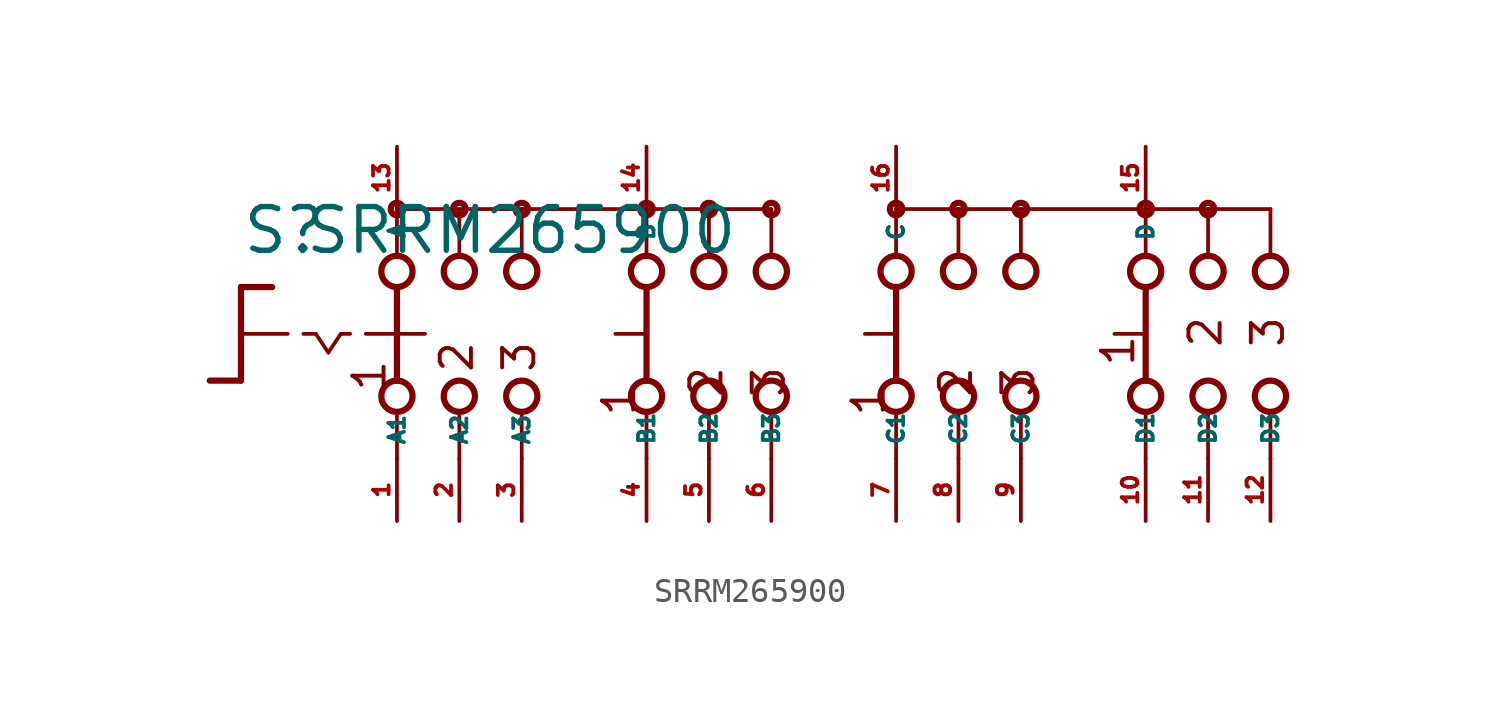
<source format=kicad_sym>
(kicad_symbol_lib
  (version 20220914)
  (generator Eagle2Kicad)
  (symbol "SRRM265900"
    (property "Reference" "S"
      (at -19.05 3.175 0)
      (effects (font (size 1.778 1.778) (thickness 0.22)) (justify left bottom)))
    (property "Value" "SRRM265900"
      (at -16.51 3.175 0)
      (effects (font (size 1.778 1.778) (thickness 0.22)) (justify left bottom)))
    (polyline
      (pts (xy -19.05 1.905) (xy -17.78 1.905))
      (stroke (width 0.254) (type default))
      (fill (type none)))
    (polyline
      (pts (xy -19.05 1.905) (xy -19.05 0))
      (stroke (width 0.254) (type default))
      (fill (type none)))
    (polyline
      (pts (xy -19.05 -1.905) (xy -20.32 -1.905))
      (stroke (width 0.254) (type default))
      (fill (type none)))
    (polyline
      (pts (xy -19.05 0) (xy -17.145 0))
      (stroke (width 0.152) (type default))
      (fill (type none)))
    (polyline
      (pts (xy -19.05 0) (xy -19.05 -1.905))
      (stroke (width 0.254) (type default))
      (fill (type none)))
    (polyline
      (pts (xy -16.51 0) (xy -16.002 0))
      (stroke (width 0.152) (type default))
      (fill (type none)))
    (polyline
      (pts (xy -14.986 0) (xy -14.605 0))
      (stroke (width 0.152) (type default))
      (fill (type none)))
    (polyline
      (pts (xy -16.002 0) (xy -15.494 -0.762))
      (stroke (width 0.152) (type default))
      (fill (type none)))
    (polyline
      (pts (xy -15.494 -0.762) (xy -14.986 0))
      (stroke (width 0.152) (type default))
      (fill (type none)))
    (polyline
      (pts (xy 7.62 3.175) (xy 7.62 5.08))
      (stroke (width 0.152) (type default))
      (fill (type none)))
    (polyline
      (pts (xy 7.62 -5.08) (xy 7.62 -3.175))
      (stroke (width 0.152) (type default))
      (fill (type none)))
    (polyline
      (pts (xy 10.16 3.175) (xy 10.16 5.08))
      (stroke (width 0.152) (type default))
      (fill (type none)))
    (polyline
      (pts (xy 12.7 3.175) (xy 12.7 5.08))
      (stroke (width 0.152) (type default))
      (fill (type none)))
    (polyline
      (pts (xy 17.78 3.175) (xy 17.78 5.08))
      (stroke (width 0.152) (type default))
      (fill (type none)))
    (polyline
      (pts (xy 20.32 3.175) (xy 20.32 5.08))
      (stroke (width 0.152) (type default))
      (fill (type none)))
    (polyline
      (pts (xy 22.86 3.175) (xy 22.86 5.08))
      (stroke (width 0.152) (type default))
      (fill (type none)))
    (polyline
      (pts (xy 7.62 5.08) (xy 10.16 5.08))
      (stroke (width 0.152) (type default))
      (fill (type none)))
    (polyline
      (pts (xy 10.16 5.08) (xy 12.7 5.08))
      (stroke (width 0.152) (type default))
      (fill (type none)))
    (polyline
      (pts (xy 17.78 5.08) (xy 20.32 5.08))
      (stroke (width 0.152) (type default))
      (fill (type none)))
    (polyline
      (pts (xy 20.32 5.08) (xy 22.86 5.08))
      (stroke (width 0.152) (type default))
      (fill (type none)))
    (polyline
      (pts (xy 10.16 -5.08) (xy 10.16 -3.175))
      (stroke (width 0.152) (type default))
      (fill (type none)))
    (polyline
      (pts (xy 12.7 -5.08) (xy 12.7 -3.175))
      (stroke (width 0.152) (type default))
      (fill (type none)))
    (polyline
      (pts (xy 17.78 -5.08) (xy 17.78 -3.175))
      (stroke (width 0.152) (type default))
      (fill (type none)))
    (polyline
      (pts (xy 20.32 -5.08) (xy 20.32 -3.175))
      (stroke (width 0.152) (type default))
      (fill (type none)))
    (polyline
      (pts (xy 22.86 -5.08) (xy 22.86 -3.175))
      (stroke (width 0.152) (type default))
      (fill (type none)))
    (polyline
      (pts (xy 7.62 1.905) (xy 7.62 -1.905))
      (stroke (width 0.254) (type default))
      (fill (type none)))
    (polyline
      (pts (xy 6.35 0) (xy 7.493 0))
      (stroke (width 0.152) (type default))
      (fill (type none)))
    (polyline
      (pts (xy 17.78 1.905) (xy 17.78 -1.905))
      (stroke (width 0.254) (type default))
      (fill (type none)))
    (polyline
      (pts (xy 16.51 0) (xy 17.653 0))
      (stroke (width 0.152) (type default))
      (fill (type none)))
    (polyline
      (pts (xy -13.97 0) (xy -12.827 0))
      (stroke (width 0.152) (type default))
      (fill (type none)))
    (polyline
      (pts (xy -10.16 3.175) (xy -10.16 5.08))
      (stroke (width 0.152) (type default))
      (fill (type none)))
    (polyline
      (pts (xy -7.62 3.175) (xy -7.62 5.08))
      (stroke (width 0.152) (type default))
      (fill (type none)))
    (polyline
      (pts (xy -10.16 -5.08) (xy -10.16 -3.175))
      (stroke (width 0.152) (type default))
      (fill (type none)))
    (polyline
      (pts (xy -7.62 -5.08) (xy -7.62 -3.175))
      (stroke (width 0.152) (type default))
      (fill (type none)))
    (polyline
      (pts (xy -7.62 5.08) (xy -10.16 5.08))
      (stroke (width 0.152) (type default))
      (fill (type none)))
    (polyline
      (pts (xy -2.54 -5.08) (xy -2.54 -3.175))
      (stroke (width 0.152) (type default))
      (fill (type none)))
    (polyline
      (pts (xy 0 -5.08) (xy 0 -3.175))
      (stroke (width 0.152) (type default))
      (fill (type none)))
    (polyline
      (pts (xy -2.54 3.175) (xy -2.54 5.08))
      (stroke (width 0.152) (type default))
      (fill (type none)))
    (polyline
      (pts (xy 0 3.175) (xy 0 5.08))
      (stroke (width 0.152) (type default))
      (fill (type none)))
    (polyline
      (pts (xy -2.54 5.08) (xy 0 5.08))
      (stroke (width 0.152) (type default))
      (fill (type none)))
    (polyline
      (pts (xy -12.7 5.08) (xy -12.7 3.175))
      (stroke (width 0.152) (type default))
      (fill (type none)))
    (polyline
      (pts (xy -12.7 1.905) (xy -12.7 0))
      (stroke (width 0.254) (type default))
      (fill (type none)))
    (polyline
      (pts (xy -12.7 -3.175) (xy -12.7 -5.08))
      (stroke (width 0.152) (type default))
      (fill (type none)))
    (polyline
      (pts (xy -10.16 5.08) (xy -12.7 5.08))
      (stroke (width 0.152) (type default))
      (fill (type none)))
    (polyline
      (pts (xy 2.54 3.175) (xy 2.54 5.08))
      (stroke (width 0.152) (type default))
      (fill (type none)))
    (polyline
      (pts (xy 2.54 -5.08) (xy 2.54 -3.175))
      (stroke (width 0.152) (type default))
      (fill (type none)))
    (polyline
      (pts (xy -12.7 0) (xy -11.557 0))
      (stroke (width 0.152) (type default))
      (fill (type none)))
    (polyline
      (pts (xy -12.7 0) (xy -12.7 -1.905))
      (stroke (width 0.254) (type default))
      (fill (type none)))
    (polyline
      (pts (xy -3.81 0) (xy -2.667 0))
      (stroke (width 0.152) (type default))
      (fill (type none)))
    (polyline
      (pts (xy -2.54 1.905) (xy -2.54 -1.905))
      (stroke (width 0.254) (type default))
      (fill (type none)))
    (polyline
      (pts (xy 0 5.08) (xy 2.54 5.08))
      (stroke (width 0.152) (type default))
      (fill (type none)))
    (polyline
      (pts (xy -2.54 5.08) (xy -7.62 5.08))
      (stroke (width 0.152) (type default))
      (fill (type none)))
    (polyline
      (pts (xy 17.78 5.08) (xy 12.7 5.08))
      (stroke (width 0.152) (type default))
      (fill (type none)))
    (text "1"
      (at 17.399 -1.397 900)
      (effects (font (size 1.27 1.27) (thickness 0.16)) (justify left bottom)))
    (text "2"
      (at 20.955 -0.635 900)
      (effects (font (size 1.27 1.27) (thickness 0.16)) (justify left bottom)))
    (text "3"
      (at 23.495 -0.635 900)
      (effects (font (size 1.27 1.27) (thickness 0.16)) (justify left bottom)))
    (text "1 "
      (at -13.081 -2.413 900)
      (effects (font (size 1.27 1.27) (thickness 0.16)) (justify left bottom)))
    (text "2 "
      (at -9.525 -1.651 900)
      (effects (font (size 1.27 1.27) (thickness 0.16)) (justify left bottom)))
    (text "3 "
      (at -6.985 -1.651 900)
      (effects (font (size 1.27 1.27) (thickness 0.16)) (justify left bottom)))
    (text "1   "
      (at 7.239 -3.429 900)
      (effects (font (size 1.27 1.27) (thickness 0.16)) (justify left bottom)))
    (text "2   "
      (at 10.795 -2.667 900)
      (effects (font (size 1.27 1.27) (thickness 0.16)) (justify left bottom)))
    (text "3   "
      (at 13.335 -2.667 900)
      (effects (font (size 1.27 1.27) (thickness 0.16)) (justify left bottom)))
    (text "1   "
      (at -2.921 -3.429 900)
      (effects (font (size 1.27 1.27) (thickness 0.16)) (justify left bottom)))
    (text "2   "
      (at 0.635 -2.667 900)
      (effects (font (size 1.27 1.27) (thickness 0.16)) (justify left bottom)))
    (text "3   "
      (at 3.175 -2.667 900)
      (effects (font (size 1.27 1.27) (thickness 0.16)) (justify left bottom)))
    (circle
      (center 7.62 5.08)
      (radius 0.254)
      (stroke (width 0.254) (type default))
      (fill (type none)))
    (circle
      (center 7.62 2.54)
      (radius 0.635)
      (stroke (width 0.254) (type default))
      (fill (type none)))
    (circle
      (center 7.62 -2.54)
      (radius 0.635)
      (stroke (width 0.254) (type default))
      (fill (type none)))
    (circle
      (center 10.16 2.54)
      (radius 0.635)
      (stroke (width 0.254) (type default))
      (fill (type none)))
    (circle
      (center 12.7 2.54)
      (radius 0.635)
      (stroke (width 0.254) (type default))
      (fill (type none)))
    (circle
      (center 17.78 2.54)
      (radius 0.635)
      (stroke (width 0.254) (type default))
      (fill (type none)))
    (circle
      (center 20.32 2.54)
      (radius 0.635)
      (stroke (width 0.254) (type default))
      (fill (type none)))
    (circle
      (center 22.86 2.54)
      (radius 0.635)
      (stroke (width 0.254) (type default))
      (fill (type none)))
    (circle
      (center 10.16 5.08)
      (radius 0.254)
      (stroke (width 0.254) (type default))
      (fill (type none)))
    (circle
      (center 17.78 5.08)
      (radius 0.254)
      (stroke (width 0.254) (type default))
      (fill (type none)))
    (circle
      (center 20.32 5.08)
      (radius 0.254)
      (stroke (width 0.254) (type default))
      (fill (type none)))
    (circle
      (center 10.16 -2.54)
      (radius 0.635)
      (stroke (width 0.254) (type default))
      (fill (type none)))
    (circle
      (center 12.7 -2.54)
      (radius 0.635)
      (stroke (width 0.254) (type default))
      (fill (type none)))
    (circle
      (center 17.78 -2.54)
      (radius 0.635)
      (stroke (width 0.254) (type default))
      (fill (type none)))
    (circle
      (center 20.32 -2.54)
      (radius 0.635)
      (stroke (width 0.254) (type default))
      (fill (type none)))
    (circle
      (center 22.86 -2.54)
      (radius 0.635)
      (stroke (width 0.254) (type default))
      (fill (type none)))
    (circle
      (center -12.7 5.08)
      (radius 0.254)
      (stroke (width 0.254) (type default))
      (fill (type none)))
    (circle
      (center -10.16 5.08)
      (radius 0.254)
      (stroke (width 0.254) (type default))
      (fill (type none)))
    (circle
      (center -12.7 2.54)
      (radius 0.635)
      (stroke (width 0.254) (type default))
      (fill (type none)))
    (circle
      (center -10.16 2.54)
      (radius 0.635)
      (stroke (width 0.254) (type default))
      (fill (type none)))
    (circle
      (center -7.62 2.54)
      (radius 0.635)
      (stroke (width 0.254) (type default))
      (fill (type none)))
    (circle
      (center -12.7 -2.54)
      (radius 0.635)
      (stroke (width 0.254) (type default))
      (fill (type none)))
    (circle
      (center -10.16 -2.54)
      (radius 0.635)
      (stroke (width 0.254) (type default))
      (fill (type none)))
    (circle
      (center -7.62 -2.54)
      (radius 0.635)
      (stroke (width 0.254) (type default))
      (fill (type none)))
    (circle
      (center -2.54 5.08)
      (radius 0.254)
      (stroke (width 0.254) (type default))
      (fill (type none)))
    (circle
      (center -2.54 2.54)
      (radius 0.635)
      (stroke (width 0.254) (type default))
      (fill (type none)))
    (circle
      (center -2.54 -2.54)
      (radius 0.635)
      (stroke (width 0.254) (type default))
      (fill (type none)))
    (circle
      (center 0 2.54)
      (radius 0.635)
      (stroke (width 0.254) (type default))
      (fill (type none)))
    (circle
      (center 0 -2.54)
      (radius 0.635)
      (stroke (width 0.254) (type default))
      (fill (type none)))
    (circle
      (center 2.54 2.54)
      (radius 0.635)
      (stroke (width 0.254) (type default))
      (fill (type none)))
    (circle
      (center 2.54 -2.54)
      (radius 0.635)
      (stroke (width 0.254) (type default))
      (fill (type none)))
    (circle
      (center 0 5.08)
      (radius 0.254)
      (stroke (width 0.254) (type default))
      (fill (type none)))
    (circle
      (center -7.62 5.08)
      (radius 0.254)
      (stroke (width 0.254) (type default))
      (fill (type none)))
    (circle
      (center 2.54 5.08)
      (radius 0.254)
      (stroke (width 0.254) (type default))
      (fill (type none)))
    (circle
      (center 12.7 5.08)
      (radius 0.254)
      (stroke (width 0.254) (type default))
      (fill (type none)))
    (pin passive line
      (at -12.7 -7.62 90)
      (length 2.54)
      (name "A1" (effects (font (size 0.635 0.635) (thickness 0.08)) (justify left bottom)))
      (number "1" (effects (font (size 0.635 0.635) (thickness 0.08)) (justify left bottom))))
    (pin passive line
      (at -12.7 7.62 270)
      (length 2.54)
      (name "A" (effects (font (size 0.635 0.635) (thickness 0.08)) (justify left bottom)))
      (number "13" (effects (font (size 0.635 0.635) (thickness 0.08)) (justify left bottom))))
    (pin passive line
      (at -10.16 -7.62 90)
      (length 2.54)
      (name "A2" (effects (font (size 0.635 0.635) (thickness 0.08)) (justify left bottom)))
      (number "2" (effects (font (size 0.635 0.635) (thickness 0.08)) (justify left bottom))))
    (pin passive line
      (at -7.62 -7.62 90)
      (length 2.54)
      (name "A3" (effects (font (size 0.635 0.635) (thickness 0.08)) (justify left bottom)))
      (number "3" (effects (font (size 0.635 0.635) (thickness 0.08)) (justify left bottom))))
    (pin passive line
      (at -2.54 -7.62 90)
      (length 2.54)
      (name "B1" (effects (font (size 0.635 0.635) (thickness 0.08)) (justify left bottom)))
      (number "4" (effects (font (size 0.635 0.635) (thickness 0.08)) (justify left bottom))))
    (pin passive line
      (at 0 -7.62 90)
      (length 2.54)
      (name "B2" (effects (font (size 0.635 0.635) (thickness 0.08)) (justify left bottom)))
      (number "5" (effects (font (size 0.635 0.635) (thickness 0.08)) (justify left bottom))))
    (pin passive line
      (at 2.54 -7.62 90)
      (length 2.54)
      (name "B3" (effects (font (size 0.635 0.635) (thickness 0.08)) (justify left bottom)))
      (number "6" (effects (font (size 0.635 0.635) (thickness 0.08)) (justify left bottom))))
    (pin passive line
      (at 7.62 -7.62 90)
      (length 2.54)
      (name "C1" (effects (font (size 0.635 0.635) (thickness 0.08)) (justify left bottom)))
      (number "7" (effects (font (size 0.635 0.635) (thickness 0.08)) (justify left bottom))))
    (pin passive line
      (at 10.16 -7.62 90)
      (length 2.54)
      (name "C2" (effects (font (size 0.635 0.635) (thickness 0.08)) (justify left bottom)))
      (number "8" (effects (font (size 0.635 0.635) (thickness 0.08)) (justify left bottom))))
    (pin passive line
      (at 12.7 -7.62 90)
      (length 2.54)
      (name "C3" (effects (font (size 0.635 0.635) (thickness 0.08)) (justify left bottom)))
      (number "9" (effects (font (size 0.635 0.635) (thickness 0.08)) (justify left bottom))))
    (pin passive line
      (at 17.78 -7.62 90)
      (length 2.54)
      (name "D1" (effects (font (size 0.635 0.635) (thickness 0.08)) (justify left bottom)))
      (number "10" (effects (font (size 0.635 0.635) (thickness 0.08)) (justify left bottom))))
    (pin passive line
      (at 20.32 -7.62 90)
      (length 2.54)
      (name "D2" (effects (font (size 0.635 0.635) (thickness 0.08)) (justify left bottom)))
      (number "11" (effects (font (size 0.635 0.635) (thickness 0.08)) (justify left bottom))))
    (pin passive line
      (at 22.86 -7.62 90)
      (length 2.54)
      (name "D3" (effects (font (size 0.635 0.635) (thickness 0.08)) (justify left bottom)))
      (number "12" (effects (font (size 0.635 0.635) (thickness 0.08)) (justify left bottom))))
    (pin passive line
      (at 7.62 7.62 270)
      (length 2.54)
      (name "C" (effects (font (size 0.635 0.635) (thickness 0.08)) (justify left bottom)))
      (number "16" (effects (font (size 0.635 0.635) (thickness 0.08)) (justify left bottom))))
    (pin passive line
      (at 17.78 7.62 270)
      (length 2.54)
      (name "D" (effects (font (size 0.635 0.635) (thickness 0.08)) (justify left bottom)))
      (number "15" (effects (font (size 0.635 0.635) (thickness 0.08)) (justify left bottom))))
    (pin passive line
      (at -2.54 7.62 270)
      (length 2.54)
      (name "B" (effects (font (size 0.635 0.635) (thickness 0.08)) (justify left bottom)))
      (number "14" (effects (font (size 0.635 0.635) (thickness 0.08)) (justify left bottom))))))
</source>
